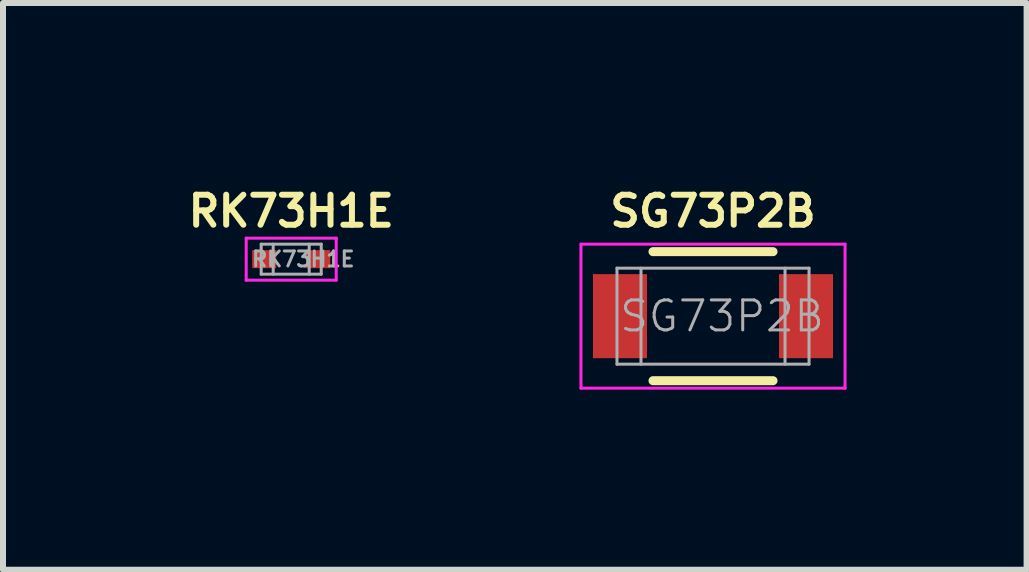
<source format=kicad_pcb>
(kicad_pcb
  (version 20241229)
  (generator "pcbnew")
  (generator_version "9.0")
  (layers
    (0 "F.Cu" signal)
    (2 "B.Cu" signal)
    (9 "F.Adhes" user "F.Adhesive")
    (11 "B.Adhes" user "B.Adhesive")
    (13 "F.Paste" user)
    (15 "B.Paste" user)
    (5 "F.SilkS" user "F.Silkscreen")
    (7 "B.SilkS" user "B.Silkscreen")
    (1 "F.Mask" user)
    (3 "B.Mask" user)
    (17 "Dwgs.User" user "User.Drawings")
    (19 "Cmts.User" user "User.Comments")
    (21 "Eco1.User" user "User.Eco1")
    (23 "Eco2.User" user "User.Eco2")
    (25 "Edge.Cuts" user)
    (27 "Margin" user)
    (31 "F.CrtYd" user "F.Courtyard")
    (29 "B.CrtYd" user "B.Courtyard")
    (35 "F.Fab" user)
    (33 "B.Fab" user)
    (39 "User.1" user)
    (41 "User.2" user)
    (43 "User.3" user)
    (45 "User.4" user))
  (footprint "SG73P2B"
    (layer "F.Cu")
    (at 8.83 2.218)
    (property "Reference" "SG73P2B" (at 0 -1.75 0) (layer "F.SilkS") (effects (font (size 0.5 0.5) (thickness 0.1))))
    (attr smd)
    (fp_line (start -1 -1.075) (end 1 -1.075) (stroke (width 0.15) (type solid)) (layer "F.SilkS"))
    (fp_line (start 1 1.075) (end -1 1.075) (stroke (width 0.15) (type solid)) (layer "F.SilkS"))
    (fp_line (start -2.2 -1.2) (end -2.2 1.2) (stroke (width 0.05) (type solid)) (layer "F.CrtYd"))
    (fp_line (start -2.2 -1.2) (end 2.2 -1.2) (stroke (width 0.05) (type solid)) (layer "F.CrtYd"))
    (fp_line (start -2.2 1.2) (end 2.2 1.2) (stroke (width 0.05) (type solid)) (layer "F.CrtYd"))
    (fp_line (start 2.2 -1.2) (end 2.2 1.2) (stroke (width 0.05) (type solid)) (layer "F.CrtYd"))
    (fp_line (start -1.6 -0.8) (end 1.6 -0.8) (stroke (width 0.05) (type solid)) (layer "F.Fab"))
    (fp_line (start -1.6 0.8) (end -1.6 -0.8) (stroke (width 0.05) (type solid)) (layer "F.Fab"))
    (fp_line (start -1.2 -0.8) (end -1.2 0.8) (stroke (width 0.05) (type solid)) (layer "F.Fab"))
    (fp_line (start 1.2 -0.8) (end 1.2 0.8) (stroke (width 0.05) (type solid)) (layer "F.Fab"))
    (fp_line (start 1.6 -0.8) (end 1.6 0.8) (stroke (width 0.05) (type solid)) (layer "F.Fab"))
    (fp_line (start 1.6 0.8) (end -1.6 0.8) (stroke (width 0.05) (type solid)) (layer "F.Fab"))
    (fp_text user "${REFERENCE}" (at 0.15 0 0) (layer "F.Fab") (effects (font (size 0.5 0.5) (thickness 0.05))))
    (pad "1" smd rect (at -1.55 0) (size 0.9 1.4) (layers "F.Cu" "F.Mask" "F.Paste"))
    (pad "2" smd rect (at 1.55 0) (size 0.9 1.4) (layers "F.Cu" "F.Mask" "F.Paste")))
  (footprint "RK73H1E"
    (layer "F.Cu")
    (at 1.802 1.268)
    (property "Reference" "RK73H1E" (at 0 -0.8 0) (layer "F.SilkS") (effects (font (size 0.5 0.5) (thickness 0.1))))
    (attr smd)
    (fp_line (start -0.75 -0.35) (end -0.75 0.35) (stroke (width 0.05) (type solid)) (layer "F.CrtYd"))
    (fp_line (start -0.75 -0.35) (end 0.75 -0.35) (stroke (width 0.05) (type solid)) (layer "F.CrtYd"))
    (fp_line (start -0.75 0.35) (end 0.75 0.35) (stroke (width 0.05) (type solid)) (layer "F.CrtYd"))
    (fp_line (start 0.75 -0.35) (end 0.75 0.35) (stroke (width 0.05) (type solid)) (layer "F.CrtYd"))
    (fp_line (start -0.5 -0.25) (end 0.5 -0.25) (stroke (width 0.05) (type solid)) (layer "F.Fab"))
    (fp_line (start -0.5 0.25) (end -0.5 -0.25) (stroke (width 0.05) (type solid)) (layer "F.Fab"))
    (fp_line (start -0.3 -0.25) (end -0.3 0.25) (stroke (width 0.05) (type solid)) (layer "F.Fab"))
    (fp_line (start 0.3 -0.25) (end 0.3 0.25) (stroke (width 0.05) (type solid)) (layer "F.Fab"))
    (fp_line (start 0.5 -0.25) (end 0.5 0.25) (stroke (width 0.05) (type solid)) (layer "F.Fab"))
    (fp_line (start 0.5 0.25) (end -0.5 0.25) (stroke (width 0.05) (type solid)) (layer "F.Fab"))
    (fp_text user "${REFERENCE}" (at 0.2 0 0) (layer "F.Fab") (effects (font (size 0.25 0.25) (thickness 0.05))))
    (pad "1" smd rect (at -0.45 0) (size 0.4 0.3) (layers "F.Cu" "F.Mask" "F.Paste"))
    (pad "2" smd rect (at 0.45 0) (size 0.4 0.3) (layers "F.Cu" "F.Mask" "F.Paste")))
  (gr_rect
    (start -3 -3)
    (end 14.055 6.443)
    (stroke (width 0.1) (type default))
    (fill no)
    (layer "Edge.Cuts")))
</source>
